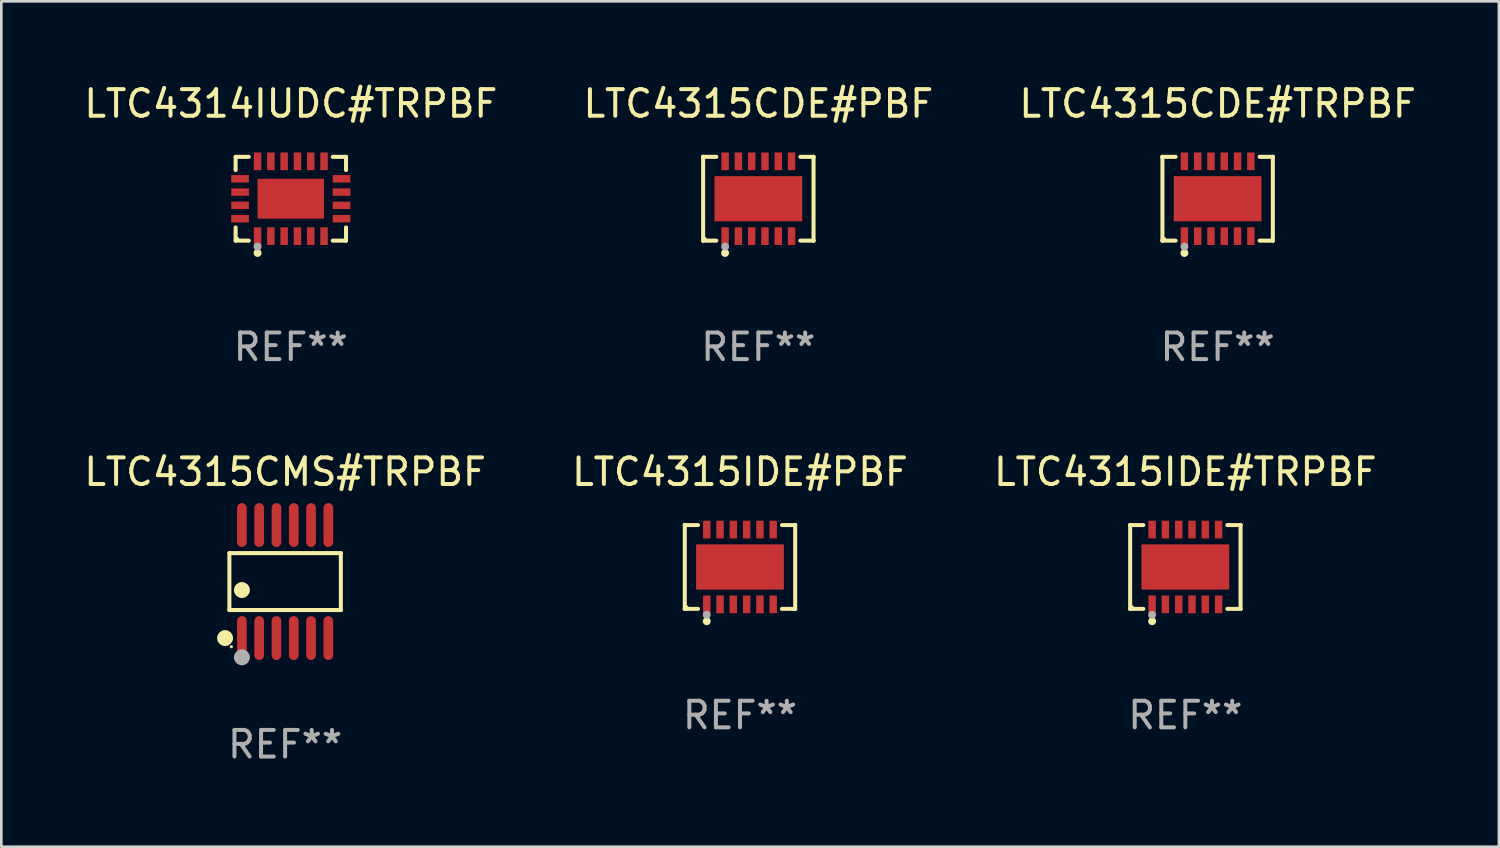
<source format=kicad_pcb>
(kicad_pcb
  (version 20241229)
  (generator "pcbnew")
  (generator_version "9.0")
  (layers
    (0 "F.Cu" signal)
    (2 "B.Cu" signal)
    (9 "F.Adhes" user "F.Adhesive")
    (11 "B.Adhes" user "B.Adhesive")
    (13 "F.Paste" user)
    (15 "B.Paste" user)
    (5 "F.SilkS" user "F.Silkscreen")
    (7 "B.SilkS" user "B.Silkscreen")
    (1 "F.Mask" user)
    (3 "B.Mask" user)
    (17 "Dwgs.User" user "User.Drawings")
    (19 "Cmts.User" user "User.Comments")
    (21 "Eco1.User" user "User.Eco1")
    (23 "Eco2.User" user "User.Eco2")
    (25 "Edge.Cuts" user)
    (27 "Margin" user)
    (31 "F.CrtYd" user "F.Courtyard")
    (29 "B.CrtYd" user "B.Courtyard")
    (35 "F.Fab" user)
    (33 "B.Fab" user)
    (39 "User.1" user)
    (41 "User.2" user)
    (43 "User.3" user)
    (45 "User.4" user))
  (footprint "LTC4315CMS#TRPBF"
    (layer "F.Cu")
    (at 7.673 18.822)
    (property "Reference" "LTC4315CMS#TRPBF" (at 0 -4.125 0) (layer "F.SilkS") (effects (font (size 1 1) (thickness 0.15))))
    (attr through_hole)
    (fp_line (start -2.096 -1.071) (end 2.096 -1.071) (stroke (width 0.152) (type solid)) (layer "F.SilkS"))
    (fp_line (start -2.096 1.071) (end -2.096 -1.071) (stroke (width 0.152) (type solid)) (layer "F.SilkS"))
    (fp_line (start 2.096 -1.071) (end 2.096 1.071) (stroke (width 0.152) (type solid)) (layer "F.SilkS"))
    (fp_line (start 2.096 1.071) (end -2.096 1.071) (stroke (width 0.152) (type solid)) (layer "F.SilkS"))
    (fp_circle (center -2.259 2.125) (end -2.109 2.125) (stroke (width 0.3) (type solid)) (fill no) (layer "F.SilkS"))
    (fp_circle (center -2.02 2.45) (end -1.99 2.45) (stroke (width 0.06) (type solid)) (fill no) (layer "F.SilkS"))
    (fp_circle (center -1.625 0.319) (end -1.475 0.319) (stroke (width 0.3) (type solid)) (fill no) (layer "F.SilkS"))
    (fp_circle (center -1.625 2.85) (end -1.475 2.85) (stroke (width 0.3) (type solid)) (fill no) (layer "F.Fab"))
    (fp_text user "REF**" (at 0 6.125 0) (layer "F.Fab") (effects (font (size 1 1) (thickness 0.15))))
    (pad "1" smd oval (at -1.625 2.125) (size 0.364 1.65) (layers "F.Cu" "F.Mask" "F.Paste"))
    (pad "2" smd oval (at -0.975 2.125) (size 0.364 1.65) (layers "F.Cu" "F.Mask" "F.Paste"))
    (pad "3" smd oval (at -0.325 2.125) (size 0.364 1.65) (layers "F.Cu" "F.Mask" "F.Paste"))
    (pad "4" smd oval (at 0.325 2.125) (size 0.364 1.65) (layers "F.Cu" "F.Mask" "F.Paste"))
    (pad "5" smd oval (at 0.975 2.125) (size 0.364 1.65) (layers "F.Cu" "F.Mask" "F.Paste"))
    (pad "6" smd oval (at 1.625 2.125) (size 0.364 1.65) (layers "F.Cu" "F.Mask" "F.Paste"))
    (pad "7" smd oval (at 1.625 -2.125) (size 0.364 1.65) (layers "F.Cu" "F.Mask" "F.Paste"))
    (pad "8" smd oval (at 0.975 -2.125) (size 0.364 1.65) (layers "F.Cu" "F.Mask" "F.Paste"))
    (pad "9" smd oval (at 0.325 -2.125) (size 0.364 1.65) (layers "F.Cu" "F.Mask" "F.Paste"))
    (pad "10" smd oval (at -0.325 -2.125) (size 0.364 1.65) (layers "F.Cu" "F.Mask" "F.Paste"))
    (pad "11" smd oval (at -0.975 -2.125) (size 0.364 1.65) (layers "F.Cu" "F.Mask" "F.Paste"))
    (pad "12" smd oval (at -1.625 -2.125) (size 0.364 1.65) (layers "F.Cu" "F.Mask" "F.Paste")))
  (footprint "LTC4315IDE#PBF"
    (layer "F.Cu")
    (at 24.78 18.273)
    (property "Reference" "LTC4315IDE#PBF" (at 0 -3.576 0) (layer "F.SilkS") (effects (font (size 1 1) (thickness 0.15))))
    (attr through_hole)
    (fp_line (start -2.076 -1.576) (end -2.076 -1.576) (stroke (width 0.152) (type solid)) (layer "F.SilkS"))
    (fp_line (start -2.076 -1.576) (end -1.58 -1.576) (stroke (width 0.152) (type solid)) (layer "F.SilkS"))
    (fp_line (start -2.076 1.576) (end -2.076 -1.576) (stroke (width 0.152) (type solid)) (layer "F.SilkS"))
    (fp_line (start -2.076 1.576) (end -2.076 1.576) (stroke (width 0.152) (type solid)) (layer "F.SilkS"))
    (fp_line (start -1.58 1.576) (end -2.076 1.576) (stroke (width 0.152) (type solid)) (layer "F.SilkS"))
    (fp_line (start 1.58 1.576) (end 2.076 1.576) (stroke (width 0.152) (type solid)) (layer "F.SilkS"))
    (fp_line (start 2.076 -1.576) (end 1.58 -1.576) (stroke (width 0.152) (type solid)) (layer "F.SilkS"))
    (fp_line (start 2.076 -1.576) (end 2.076 -1.576) (stroke (width 0.152) (type solid)) (layer "F.SilkS"))
    (fp_line (start 2.076 1.576) (end 2.076 -1.576) (stroke (width 0.152) (type solid)) (layer "F.SilkS"))
    (fp_line (start 2.076 1.576) (end 2.076 1.576) (stroke (width 0.152) (type solid)) (layer "F.SilkS"))
    (fp_circle (center -2 1.5) (end -1.97 1.5) (stroke (width 0.06) (type solid)) (fill no) (layer "F.SilkS"))
    (fp_circle (center -1.25 2.04) (end -1.175 2.04) (stroke (width 0.15) (type solid)) (fill no) (layer "F.SilkS"))
    (fp_circle (center -1.25 1.8) (end -1.175 1.8) (stroke (width 0.15) (type solid)) (fill no) (layer "F.Fab"))
    (fp_text user "REF**" (at 0 5.576 0) (layer "F.Fab") (effects (font (size 1 1) (thickness 0.15))))
    (pad "1" smd rect (at -1.25 1.407) (size 0.28 0.665) (layers "F.Cu" "F.Mask" "F.Paste"))
    (pad "2" smd rect (at -0.75 1.407) (size 0.28 0.665) (layers "F.Cu" "F.Mask" "F.Paste"))
    (pad "3" smd rect (at -0.25 1.407) (size 0.28 0.665) (layers "F.Cu" "F.Mask" "F.Paste"))
    (pad "4" smd rect (at 0.25 1.407) (size 0.28 0.665) (layers "F.Cu" "F.Mask" "F.Paste"))
    (pad "5" smd rect (at 0.75 1.407) (size 0.28 0.665) (layers "F.Cu" "F.Mask" "F.Paste"))
    (pad "6" smd rect (at 1.25 1.407) (size 0.28 0.665) (layers "F.Cu" "F.Mask" "F.Paste"))
    (pad "7" smd rect (at 1.25 -1.407) (size 0.28 0.665) (layers "F.Cu" "F.Mask" "F.Paste"))
    (pad "8" smd rect (at 0.75 -1.407) (size 0.28 0.665) (layers "F.Cu" "F.Mask" "F.Paste"))
    (pad "9" smd rect (at 0.25 -1.407) (size 0.28 0.665) (layers "F.Cu" "F.Mask" "F.Paste"))
    (pad "10" smd rect (at -0.25 -1.407) (size 0.28 0.665) (layers "F.Cu" "F.Mask" "F.Paste"))
    (pad "11" smd rect (at -0.75 -1.407) (size 0.28 0.665) (layers "F.Cu" "F.Mask" "F.Paste"))
    (pad "12" smd rect (at -1.25 -1.407) (size 0.28 0.665) (layers "F.Cu" "F.Mask" "F.Paste"))
    (pad "13" smd rect (at 0 0) (size 3.3 1.7) (layers "F.Cu" "F.Mask" "F.Paste")))
  (footprint "LTC4314IUDC#TRPBF"
    (layer "F.Cu")
    (at 7.887 4.424)
    (property "Reference" "LTC4314IUDC#TRPBF" (at 0 -3.576 0) (layer "F.SilkS") (effects (font (size 1 1) (thickness 0.15))))
    (attr through_hole)
    (fp_line (start -2.076 -1.576) (end -1.58 -1.576) (stroke (width 0.152) (type solid)) (layer "F.SilkS"))
    (fp_line (start -2.076 -1.08) (end -2.076 -1.576) (stroke (width 0.152) (type solid)) (layer "F.SilkS"))
    (fp_line (start -2.076 1.08) (end -2.076 1.576) (stroke (width 0.152) (type solid)) (layer "F.SilkS"))
    (fp_line (start -2.076 1.576) (end -1.58 1.576) (stroke (width 0.152) (type solid)) (layer "F.SilkS"))
    (fp_line (start 2.076 -1.576) (end 1.58 -1.576) (stroke (width 0.152) (type solid)) (layer "F.SilkS"))
    (fp_line (start 2.076 -1.08) (end 2.076 -1.576) (stroke (width 0.152) (type solid)) (layer "F.SilkS"))
    (fp_line (start 2.076 1.08) (end 2.076 1.576) (stroke (width 0.152) (type solid)) (layer "F.SilkS"))
    (fp_line (start 2.076 1.576) (end 1.58 1.576) (stroke (width 0.152) (type solid)) (layer "F.SilkS"))
    (fp_circle (center -2 1.5) (end -1.97 1.5) (stroke (width 0.06) (type solid)) (fill no) (layer "F.SilkS"))
    (fp_circle (center -1.25 2.04) (end -1.175 2.04) (stroke (width 0.15) (type solid)) (fill no) (layer "F.SilkS"))
    (fp_circle (center -1.25 1.8) (end -1.175 1.8) (stroke (width 0.15) (type solid)) (fill no) (layer "F.Fab"))
    (fp_text user "REF**" (at 0 5.576 0) (layer "F.Fab") (effects (font (size 1 1) (thickness 0.15))))
    (pad "1" smd rect (at -1.25 1.407) (size 0.28 0.665) (layers "F.Cu" "F.Mask" "F.Paste"))
    (pad "2" smd rect (at -0.75 1.407) (size 0.28 0.665) (layers "F.Cu" "F.Mask" "F.Paste"))
    (pad "3" smd rect (at -0.25 1.407) (size 0.28 0.665) (layers "F.Cu" "F.Mask" "F.Paste"))
    (pad "4" smd rect (at 0.25 1.407) (size 0.28 0.665) (layers "F.Cu" "F.Mask" "F.Paste"))
    (pad "5" smd rect (at 0.75 1.407) (size 0.28 0.665) (layers "F.Cu" "F.Mask" "F.Paste"))
    (pad "6" smd rect (at 1.25 1.407) (size 0.28 0.665) (layers "F.Cu" "F.Mask" "F.Paste"))
    (pad "7" smd rect (at 1.908 0.75) (size 0.665 0.28) (layers "F.Cu" "F.Mask" "F.Paste"))
    (pad "8" smd rect (at 1.908 0.25) (size 0.665 0.28) (layers "F.Cu" "F.Mask" "F.Paste"))
    (pad "9" smd rect (at 1.908 -0.25) (size 0.665 0.28) (layers "F.Cu" "F.Mask" "F.Paste"))
    (pad "10" smd rect (at 1.908 -0.75) (size 0.665 0.28) (layers "F.Cu" "F.Mask" "F.Paste"))
    (pad "11" smd rect (at 1.25 -1.407) (size 0.28 0.665) (layers "F.Cu" "F.Mask" "F.Paste"))
    (pad "12" smd rect (at 0.75 -1.407) (size 0.28 0.665) (layers "F.Cu" "F.Mask" "F.Paste"))
    (pad "13" smd rect (at 0.25 -1.407) (size 0.28 0.665) (layers "F.Cu" "F.Mask" "F.Paste"))
    (pad "14" smd rect (at -0.25 -1.407) (size 0.28 0.665) (layers "F.Cu" "F.Mask" "F.Paste"))
    (pad "15" smd rect (at -0.75 -1.407) (size 0.28 0.665) (layers "F.Cu" "F.Mask" "F.Paste"))
    (pad "16" smd rect (at -1.25 -1.407) (size 0.28 0.665) (layers "F.Cu" "F.Mask" "F.Paste"))
    (pad "17" smd rect (at -1.908 -0.75) (size 0.665 0.28) (layers "F.Cu" "F.Mask" "F.Paste"))
    (pad "18" smd rect (at -1.908 -0.25) (size 0.665 0.28) (layers "F.Cu" "F.Mask" "F.Paste"))
    (pad "19" smd rect (at -1.908 0.25) (size 0.665 0.28) (layers "F.Cu" "F.Mask" "F.Paste"))
    (pad "20" smd rect (at -1.908 0.75) (size 0.665 0.28) (layers "F.Cu" "F.Mask" "F.Paste"))
    (pad "21" smd rect (at 0 0) (size 2.5 1.5) (layers "F.Cu" "F.Mask" "F.Paste")))
  (footprint "LTC4315IDE#TRPBF"
    (layer "F.Cu")
    (at 41.53 18.273)
    (property "Reference" "LTC4315IDE#TRPBF" (at 0 -3.576 0) (layer "F.SilkS") (effects (font (size 1 1) (thickness 0.15))))
    (attr through_hole)
    (fp_line (start -2.076 -1.576) (end -2.076 -1.576) (stroke (width 0.152) (type solid)) (layer "F.SilkS"))
    (fp_line (start -2.076 -1.576) (end -1.58 -1.576) (stroke (width 0.152) (type solid)) (layer "F.SilkS"))
    (fp_line (start -2.076 1.576) (end -2.076 -1.576) (stroke (width 0.152) (type solid)) (layer "F.SilkS"))
    (fp_line (start -2.076 1.576) (end -2.076 1.576) (stroke (width 0.152) (type solid)) (layer "F.SilkS"))
    (fp_line (start -1.58 1.576) (end -2.076 1.576) (stroke (width 0.152) (type solid)) (layer "F.SilkS"))
    (fp_line (start 1.58 1.576) (end 2.076 1.576) (stroke (width 0.152) (type solid)) (layer "F.SilkS"))
    (fp_line (start 2.076 -1.576) (end 1.58 -1.576) (stroke (width 0.152) (type solid)) (layer "F.SilkS"))
    (fp_line (start 2.076 -1.576) (end 2.076 -1.576) (stroke (width 0.152) (type solid)) (layer "F.SilkS"))
    (fp_line (start 2.076 1.576) (end 2.076 -1.576) (stroke (width 0.152) (type solid)) (layer "F.SilkS"))
    (fp_line (start 2.076 1.576) (end 2.076 1.576) (stroke (width 0.152) (type solid)) (layer "F.SilkS"))
    (fp_circle (center -2 1.5) (end -1.97 1.5) (stroke (width 0.06) (type solid)) (fill no) (layer "F.SilkS"))
    (fp_circle (center -1.25 2.04) (end -1.175 2.04) (stroke (width 0.15) (type solid)) (fill no) (layer "F.SilkS"))
    (fp_circle (center -1.25 1.8) (end -1.175 1.8) (stroke (width 0.15) (type solid)) (fill no) (layer "F.Fab"))
    (fp_text user "REF**" (at 0 5.576 0) (layer "F.Fab") (effects (font (size 1 1) (thickness 0.15))))
    (pad "1" smd rect (at -1.25 1.407) (size 0.28 0.665) (layers "F.Cu" "F.Mask" "F.Paste"))
    (pad "2" smd rect (at -0.75 1.407) (size 0.28 0.665) (layers "F.Cu" "F.Mask" "F.Paste"))
    (pad "3" smd rect (at -0.25 1.407) (size 0.28 0.665) (layers "F.Cu" "F.Mask" "F.Paste"))
    (pad "4" smd rect (at 0.25 1.407) (size 0.28 0.665) (layers "F.Cu" "F.Mask" "F.Paste"))
    (pad "5" smd rect (at 0.75 1.407) (size 0.28 0.665) (layers "F.Cu" "F.Mask" "F.Paste"))
    (pad "6" smd rect (at 1.25 1.407) (size 0.28 0.665) (layers "F.Cu" "F.Mask" "F.Paste"))
    (pad "7" smd rect (at 1.25 -1.407) (size 0.28 0.665) (layers "F.Cu" "F.Mask" "F.Paste"))
    (pad "8" smd rect (at 0.75 -1.407) (size 0.28 0.665) (layers "F.Cu" "F.Mask" "F.Paste"))
    (pad "9" smd rect (at 0.25 -1.407) (size 0.28 0.665) (layers "F.Cu" "F.Mask" "F.Paste"))
    (pad "10" smd rect (at -0.25 -1.407) (size 0.28 0.665) (layers "F.Cu" "F.Mask" "F.Paste"))
    (pad "11" smd rect (at -0.75 -1.407) (size 0.28 0.665) (layers "F.Cu" "F.Mask" "F.Paste"))
    (pad "12" smd rect (at -1.25 -1.407) (size 0.28 0.665) (layers "F.Cu" "F.Mask" "F.Paste"))
    (pad "13" smd rect (at 0 0) (size 3.3 1.7) (layers "F.Cu" "F.Mask" "F.Paste")))
  (footprint "LTC4315CDE#TRPBF"
    (layer "F.Cu")
    (at 42.744 4.424)
    (property "Reference" "LTC4315CDE#TRPBF" (at 0 -3.576 0) (layer "F.SilkS") (effects (font (size 1 1) (thickness 0.15))))
    (attr through_hole)
    (fp_line (start -2.076 -1.576) (end -2.076 -1.576) (stroke (width 0.152) (type solid)) (layer "F.SilkS"))
    (fp_line (start -2.076 -1.576) (end -1.58 -1.576) (stroke (width 0.152) (type solid)) (layer "F.SilkS"))
    (fp_line (start -2.076 1.576) (end -2.076 -1.576) (stroke (width 0.152) (type solid)) (layer "F.SilkS"))
    (fp_line (start -2.076 1.576) (end -2.076 1.576) (stroke (width 0.152) (type solid)) (layer "F.SilkS"))
    (fp_line (start -1.58 1.576) (end -2.076 1.576) (stroke (width 0.152) (type solid)) (layer "F.SilkS"))
    (fp_line (start 1.58 1.576) (end 2.076 1.576) (stroke (width 0.152) (type solid)) (layer "F.SilkS"))
    (fp_line (start 2.076 -1.576) (end 1.58 -1.576) (stroke (width 0.152) (type solid)) (layer "F.SilkS"))
    (fp_line (start 2.076 -1.576) (end 2.076 -1.576) (stroke (width 0.152) (type solid)) (layer "F.SilkS"))
    (fp_line (start 2.076 1.576) (end 2.076 -1.576) (stroke (width 0.152) (type solid)) (layer "F.SilkS"))
    (fp_line (start 2.076 1.576) (end 2.076 1.576) (stroke (width 0.152) (type solid)) (layer "F.SilkS"))
    (fp_circle (center -2 1.5) (end -1.97 1.5) (stroke (width 0.06) (type solid)) (fill no) (layer "F.SilkS"))
    (fp_circle (center -1.25 2.04) (end -1.175 2.04) (stroke (width 0.15) (type solid)) (fill no) (layer "F.SilkS"))
    (fp_circle (center -1.25 1.8) (end -1.175 1.8) (stroke (width 0.15) (type solid)) (fill no) (layer "F.Fab"))
    (fp_text user "REF**" (at 0 5.576 0) (layer "F.Fab") (effects (font (size 1 1) (thickness 0.15))))
    (pad "1" smd rect (at -1.25 1.407) (size 0.28 0.665) (layers "F.Cu" "F.Mask" "F.Paste"))
    (pad "2" smd rect (at -0.75 1.407) (size 0.28 0.665) (layers "F.Cu" "F.Mask" "F.Paste"))
    (pad "3" smd rect (at -0.25 1.407) (size 0.28 0.665) (layers "F.Cu" "F.Mask" "F.Paste"))
    (pad "4" smd rect (at 0.25 1.407) (size 0.28 0.665) (layers "F.Cu" "F.Mask" "F.Paste"))
    (pad "5" smd rect (at 0.75 1.407) (size 0.28 0.665) (layers "F.Cu" "F.Mask" "F.Paste"))
    (pad "6" smd rect (at 1.25 1.407) (size 0.28 0.665) (layers "F.Cu" "F.Mask" "F.Paste"))
    (pad "7" smd rect (at 1.25 -1.407) (size 0.28 0.665) (layers "F.Cu" "F.Mask" "F.Paste"))
    (pad "8" smd rect (at 0.75 -1.407) (size 0.28 0.665) (layers "F.Cu" "F.Mask" "F.Paste"))
    (pad "9" smd rect (at 0.25 -1.407) (size 0.28 0.665) (layers "F.Cu" "F.Mask" "F.Paste"))
    (pad "10" smd rect (at -0.25 -1.407) (size 0.28 0.665) (layers "F.Cu" "F.Mask" "F.Paste"))
    (pad "11" smd rect (at -0.75 -1.407) (size 0.28 0.665) (layers "F.Cu" "F.Mask" "F.Paste"))
    (pad "12" smd rect (at -1.25 -1.407) (size 0.28 0.665) (layers "F.Cu" "F.Mask" "F.Paste"))
    (pad "13" smd rect (at 0 0) (size 3.3 1.7) (layers "F.Cu" "F.Mask" "F.Paste")))
  (footprint "LTC4315CDE#PBF"
    (layer "F.Cu")
    (at 25.47 4.424)
    (property "Reference" "LTC4315CDE#PBF" (at 0 -3.576 0) (layer "F.SilkS") (effects (font (size 1 1) (thickness 0.15))))
    (attr through_hole)
    (fp_line (start -2.076 -1.576) (end -2.076 -1.576) (stroke (width 0.152) (type solid)) (layer "F.SilkS"))
    (fp_line (start -2.076 -1.576) (end -1.58 -1.576) (stroke (width 0.152) (type solid)) (layer "F.SilkS"))
    (fp_line (start -2.076 1.576) (end -2.076 -1.576) (stroke (width 0.152) (type solid)) (layer "F.SilkS"))
    (fp_line (start -2.076 1.576) (end -2.076 1.576) (stroke (width 0.152) (type solid)) (layer "F.SilkS"))
    (fp_line (start -1.58 1.576) (end -2.076 1.576) (stroke (width 0.152) (type solid)) (layer "F.SilkS"))
    (fp_line (start 1.58 1.576) (end 2.076 1.576) (stroke (width 0.152) (type solid)) (layer "F.SilkS"))
    (fp_line (start 2.076 -1.576) (end 1.58 -1.576) (stroke (width 0.152) (type solid)) (layer "F.SilkS"))
    (fp_line (start 2.076 -1.576) (end 2.076 -1.576) (stroke (width 0.152) (type solid)) (layer "F.SilkS"))
    (fp_line (start 2.076 1.576) (end 2.076 -1.576) (stroke (width 0.152) (type solid)) (layer "F.SilkS"))
    (fp_line (start 2.076 1.576) (end 2.076 1.576) (stroke (width 0.152) (type solid)) (layer "F.SilkS"))
    (fp_circle (center -2 1.5) (end -1.97 1.5) (stroke (width 0.06) (type solid)) (fill no) (layer "F.SilkS"))
    (fp_circle (center -1.25 2.04) (end -1.175 2.04) (stroke (width 0.15) (type solid)) (fill no) (layer "F.SilkS"))
    (fp_circle (center -1.25 1.8) (end -1.175 1.8) (stroke (width 0.15) (type solid)) (fill no) (layer "F.Fab"))
    (fp_text user "REF**" (at 0 5.576 0) (layer "F.Fab") (effects (font (size 1 1) (thickness 0.15))))
    (pad "1" smd rect (at -1.25 1.407) (size 0.28 0.665) (layers "F.Cu" "F.Mask" "F.Paste"))
    (pad "2" smd rect (at -0.75 1.407) (size 0.28 0.665) (layers "F.Cu" "F.Mask" "F.Paste"))
    (pad "3" smd rect (at -0.25 1.407) (size 0.28 0.665) (layers "F.Cu" "F.Mask" "F.Paste"))
    (pad "4" smd rect (at 0.25 1.407) (size 0.28 0.665) (layers "F.Cu" "F.Mask" "F.Paste"))
    (pad "5" smd rect (at 0.75 1.407) (size 0.28 0.665) (layers "F.Cu" "F.Mask" "F.Paste"))
    (pad "6" smd rect (at 1.25 1.407) (size 0.28 0.665) (layers "F.Cu" "F.Mask" "F.Paste"))
    (pad "7" smd rect (at 1.25 -1.407) (size 0.28 0.665) (layers "F.Cu" "F.Mask" "F.Paste"))
    (pad "8" smd rect (at 0.75 -1.407) (size 0.28 0.665) (layers "F.Cu" "F.Mask" "F.Paste"))
    (pad "9" smd rect (at 0.25 -1.407) (size 0.28 0.665) (layers "F.Cu" "F.Mask" "F.Paste"))
    (pad "10" smd rect (at -0.25 -1.407) (size 0.28 0.665) (layers "F.Cu" "F.Mask" "F.Paste"))
    (pad "11" smd rect (at -0.75 -1.407) (size 0.28 0.665) (layers "F.Cu" "F.Mask" "F.Paste"))
    (pad "12" smd rect (at -1.25 -1.407) (size 0.28 0.665) (layers "F.Cu" "F.Mask" "F.Paste"))
    (pad "13" smd rect (at 0 0) (size 3.3 1.7) (layers "F.Cu" "F.Mask" "F.Paste")))
  (gr_rect
    (start -3 -3)
    (end 53.321 28.795)
    (stroke (width 0.1) (type default))
    (fill no)
    (layer "Edge.Cuts")))
</source>
